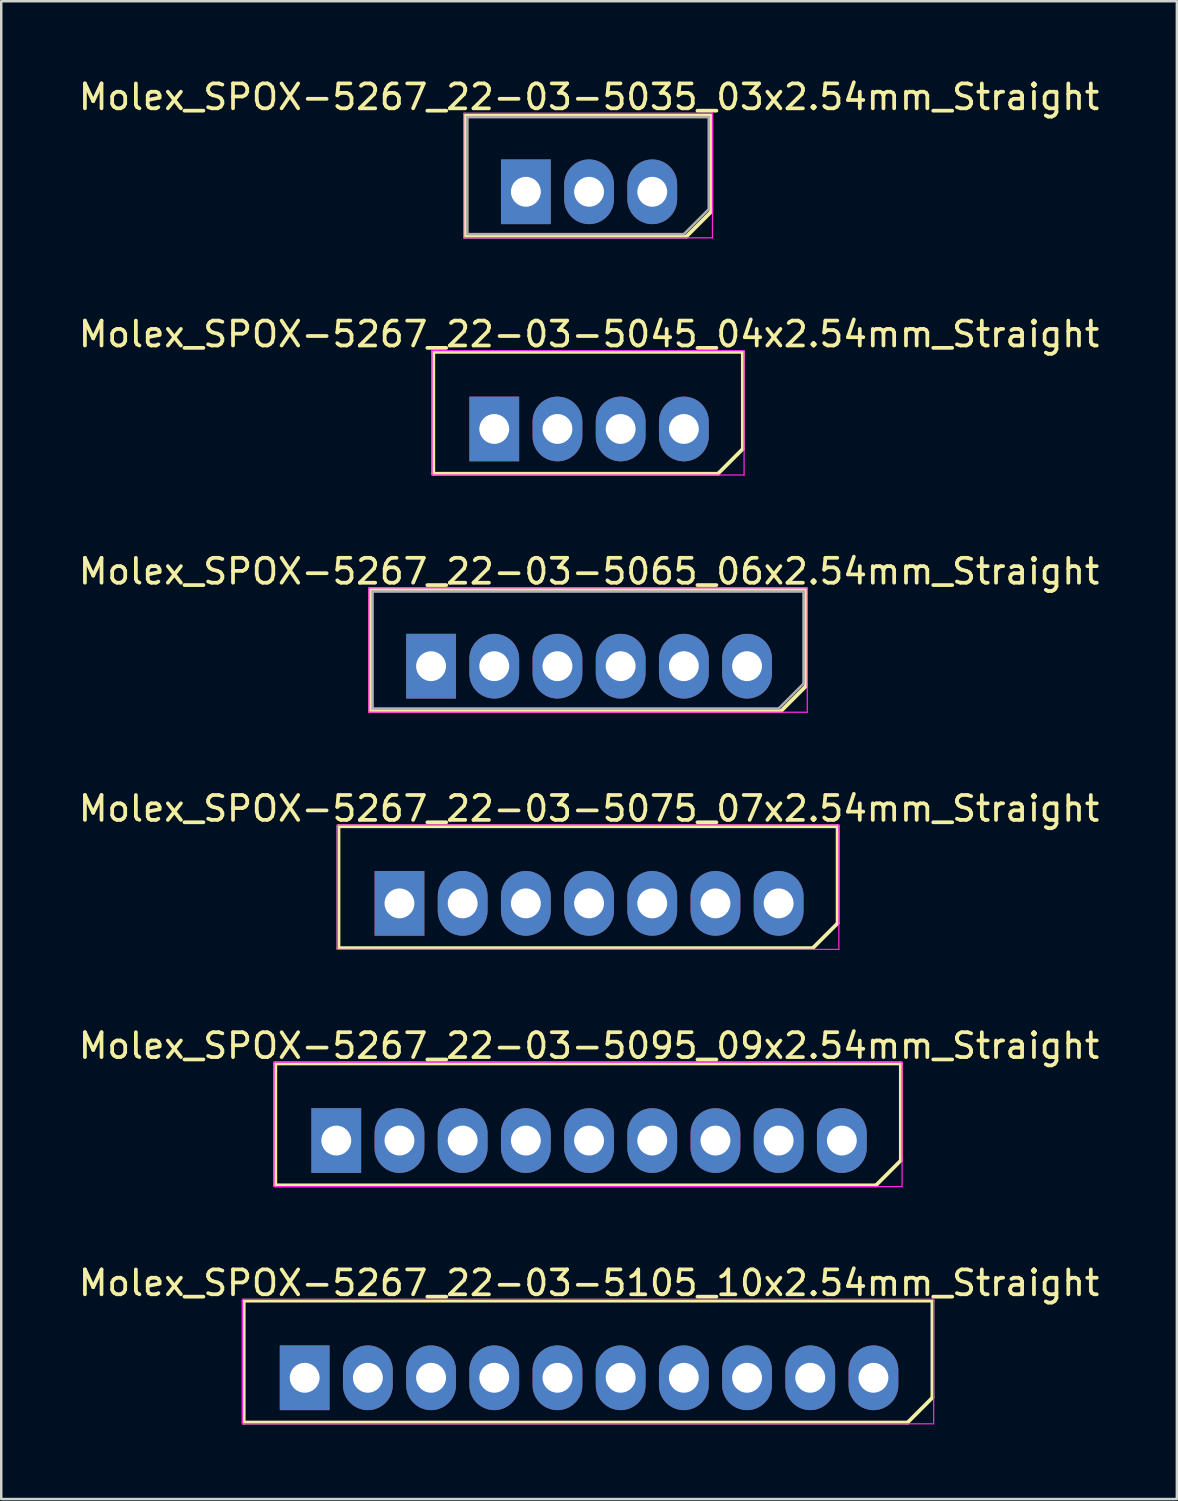
<source format=kicad_pcb>
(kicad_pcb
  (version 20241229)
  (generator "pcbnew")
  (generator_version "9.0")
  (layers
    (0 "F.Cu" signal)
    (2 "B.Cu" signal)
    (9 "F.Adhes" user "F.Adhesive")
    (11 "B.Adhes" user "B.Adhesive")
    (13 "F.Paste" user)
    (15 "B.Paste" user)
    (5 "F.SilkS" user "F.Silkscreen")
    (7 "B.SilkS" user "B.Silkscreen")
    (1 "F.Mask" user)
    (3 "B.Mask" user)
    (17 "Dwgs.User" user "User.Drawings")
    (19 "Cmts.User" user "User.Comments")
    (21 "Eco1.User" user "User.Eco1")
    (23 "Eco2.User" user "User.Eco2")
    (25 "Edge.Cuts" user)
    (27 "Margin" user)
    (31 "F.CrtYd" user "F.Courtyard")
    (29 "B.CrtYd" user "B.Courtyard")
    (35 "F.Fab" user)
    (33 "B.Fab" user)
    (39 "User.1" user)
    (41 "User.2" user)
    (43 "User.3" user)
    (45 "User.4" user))
  (footprint "Molex_SPOX-5267_22-03-5035_03x2.54mm_Straight"
    (layer "F.Cu")
    (at 18.085 4.658)
    (property "Reference" "Molex_SPOX-5267_22-03-5035_03x2.54mm_Straight" (at 2.54 -3.81 0) (layer "F.SilkS") (effects (font (size 1 1) (thickness 0.15))))
    (attr through_hole)
    (fp_line (start -2.45 -3.1) (end -2.45 1.8) (stroke (width 0.15) (type solid)) (layer "F.SilkS"))
    (fp_line (start -2.45 1.8) (end 6.45 1.8) (stroke (width 0.15) (type solid)) (layer "F.SilkS"))
    (fp_line (start 6.45 1.8) (end 7.45 0.8) (stroke (width 0.15) (type solid)) (layer "F.SilkS"))
    (fp_line (start 7.45 -3.1) (end -2.45 -3.1) (stroke (width 0.15) (type solid)) (layer "F.SilkS"))
    (fp_line (start 7.45 0.8) (end 7.45 -3.1) (stroke (width 0.15) (type solid)) (layer "F.SilkS"))
    (fp_line (start -2.5 -3.15) (end 7.5 -3.15) (stroke (width 0.05) (type solid)) (layer "F.CrtYd"))
    (fp_line (start -2.5 1.85) (end -2.5 -3.15) (stroke (width 0.05) (type solid)) (layer "F.CrtYd"))
    (fp_line (start 7.5 -3.15) (end 7.5 1.85) (stroke (width 0.05) (type solid)) (layer "F.CrtYd"))
    (fp_line (start 7.5 1.85) (end -2.5 1.85) (stroke (width 0.05) (type solid)) (layer "F.CrtYd"))
    (fp_line (start -2.35 -3) (end -2.35 1.7) (stroke (width 0.1) (type solid)) (layer "F.Fab"))
    (fp_line (start -2.35 1.7) (end 6.35 1.7) (stroke (width 0.1) (type solid)) (layer "F.Fab"))
    (fp_line (start 6.35 1.7) (end 7.35 0.7) (stroke (width 0.1) (type solid)) (layer "F.Fab"))
    (fp_line (start 7.35 -3) (end -2.35 -3) (stroke (width 0.1) (type solid)) (layer "F.Fab"))
    (fp_line (start 7.35 0.7) (end 7.35 -3) (stroke (width 0.1) (type solid)) (layer "F.Fab"))
    (pad "1" thru_hole rect (at 0 0) (size 2 2.6) (drill 1.2) (layers "*.Cu" "*.Mask"))
    (pad "2" thru_hole oval (at 2.54 0) (size 2 2.6) (drill 1.2) (layers "*.Cu" "*.Mask"))
    (pad "3" thru_hole oval (at 5.08 0) (size 2 2.6) (drill 1.2) (layers "*.Cu" "*.Mask")))
  (footprint "Molex_SPOX-5267_22-03-5065_06x2.54mm_Straight"
    (layer "F.Cu")
    (at 14.275 23.725)
    (property "Reference" "Molex_SPOX-5267_22-03-5065_06x2.54mm_Straight" (at 6.35 -3.81 0) (layer "F.SilkS") (effects (font (size 1 1) (thickness 0.15))))
    (attr through_hole)
    (fp_line (start -2.45 -3.1) (end -2.45 1.8) (stroke (width 0.15) (type solid)) (layer "F.SilkS"))
    (fp_line (start -2.45 1.8) (end 14.07 1.8) (stroke (width 0.15) (type solid)) (layer "F.SilkS"))
    (fp_line (start 14.07 1.8) (end 15.07 0.8) (stroke (width 0.15) (type solid)) (layer "F.SilkS"))
    (fp_line (start 15.07 -3.1) (end -2.45 -3.1) (stroke (width 0.15) (type solid)) (layer "F.SilkS"))
    (fp_line (start 15.07 0.8) (end 15.07 -3.1) (stroke (width 0.15) (type solid)) (layer "F.SilkS"))
    (fp_line (start -2.5 -3.15) (end 15.12 -3.15) (stroke (width 0.05) (type solid)) (layer "F.CrtYd"))
    (fp_line (start -2.5 1.85) (end -2.5 -3.15) (stroke (width 0.05) (type solid)) (layer "F.CrtYd"))
    (fp_line (start 15.12 -3.15) (end 15.12 1.85) (stroke (width 0.05) (type solid)) (layer "F.CrtYd"))
    (fp_line (start 15.12 1.85) (end -2.5 1.85) (stroke (width 0.05) (type solid)) (layer "F.CrtYd"))
    (fp_line (start -2.35 -3) (end -2.35 1.7) (stroke (width 0.1) (type solid)) (layer "F.Fab"))
    (fp_line (start -2.35 1.7) (end 13.97 1.7) (stroke (width 0.1) (type solid)) (layer "F.Fab"))
    (fp_line (start 13.97 1.7) (end 14.97 0.7) (stroke (width 0.1) (type solid)) (layer "F.Fab"))
    (fp_line (start 14.97 -3) (end -2.35 -3) (stroke (width 0.1) (type solid)) (layer "F.Fab"))
    (fp_line (start 14.97 0.7) (end 14.97 -3) (stroke (width 0.1) (type solid)) (layer "F.Fab"))
    (pad "1" thru_hole rect (at 0 0) (size 2 2.6) (drill 1.2) (layers "*.Cu" "*.Mask"))
    (pad "2" thru_hole oval (at 2.54 0) (size 2 2.6) (drill 1.2) (layers "*.Cu" "*.Mask"))
    (pad "3" thru_hole oval (at 5.08 0) (size 2 2.6) (drill 1.2) (layers "*.Cu" "*.Mask"))
    (pad "4" thru_hole oval (at 7.62 0) (size 2 2.6) (drill 1.2) (layers "*.Cu" "*.Mask"))
    (pad "5" thru_hole oval (at 10.16 0) (size 2 2.6) (drill 1.2) (layers "*.Cu" "*.Mask"))
    (pad "6" thru_hole oval (at 12.7 0) (size 2 2.6) (drill 1.2) (layers "*.Cu" "*.Mask")))
  (footprint "Molex_SPOX-5267_22-03-5075_07x2.54mm_Straight"
    (layer "F.Cu")
    (at 13.005 33.258)
    (property "Reference" "Molex_SPOX-5267_22-03-5075_07x2.54mm_Straight" (at 7.62 -3.81 0) (layer "F.SilkS") (effects (font (size 1 1) (thickness 0.15))))
    (attr through_hole)
    (fp_line (start -2.45 -3.1) (end -2.45 1.8) (stroke (width 0.15) (type solid)) (layer "F.SilkS"))
    (fp_line (start -2.45 1.8) (end 16.61 1.8) (stroke (width 0.15) (type solid)) (layer "F.SilkS"))
    (fp_line (start 16.61 1.8) (end 17.61 0.8) (stroke (width 0.15) (type solid)) (layer "F.SilkS"))
    (fp_line (start 17.61 -3.1) (end -2.45 -3.1) (stroke (width 0.15) (type solid)) (layer "F.SilkS"))
    (fp_line (start 17.61 0.8) (end 17.61 -3.1) (stroke (width 0.15) (type solid)) (layer "F.SilkS"))
    (fp_line (start -2.5 -3.15) (end 17.66 -3.15) (stroke (width 0.05) (type solid)) (layer "F.CrtYd"))
    (fp_line (start -2.5 1.85) (end -2.5 -3.15) (stroke (width 0.05) (type solid)) (layer "F.CrtYd"))
    (fp_line (start 17.66 -3.15) (end 17.66 1.85) (stroke (width 0.05) (type solid)) (layer "F.CrtYd"))
    (fp_line (start 17.66 1.85) (end -2.5 1.85) (stroke (width 0.05) (type solid)) (layer "F.CrtYd"))
    (pad "1" thru_hole rect (at 0 0) (size 2 2.6) (drill 1.2) (layers "*.Cu" "*.Mask"))
    (pad "2" thru_hole oval (at 2.54 0) (size 2 2.6) (drill 1.2) (layers "*.Cu" "*.Mask"))
    (pad "3" thru_hole oval (at 5.08 0) (size 2 2.6) (drill 1.2) (layers "*.Cu" "*.Mask"))
    (pad "4" thru_hole oval (at 7.62 0) (size 2 2.6) (drill 1.2) (layers "*.Cu" "*.Mask"))
    (pad "5" thru_hole oval (at 10.16 0) (size 2 2.6) (drill 1.2) (layers "*.Cu" "*.Mask"))
    (pad "6" thru_hole oval (at 12.7 0) (size 2 2.6) (drill 1.2) (layers "*.Cu" "*.Mask"))
    (pad "7" thru_hole oval (at 15.24 0) (size 2 2.6) (drill 1.2) (layers "*.Cu" "*.Mask")))
  (footprint "Molex_SPOX-5267_22-03-5105_10x2.54mm_Straight"
    (layer "F.Cu")
    (at 9.195 52.325)
    (property "Reference" "Molex_SPOX-5267_22-03-5105_10x2.54mm_Straight" (at 11.43 -3.81 0) (layer "F.SilkS") (effects (font (size 1 1) (thickness 0.15))))
    (attr through_hole)
    (fp_line (start -2.45 -3.1) (end -2.45 1.8) (stroke (width 0.15) (type solid)) (layer "F.SilkS"))
    (fp_line (start -2.45 1.8) (end 24.23 1.8) (stroke (width 0.15) (type solid)) (layer "F.SilkS"))
    (fp_line (start 24.23 1.8) (end 25.23 0.8) (stroke (width 0.15) (type solid)) (layer "F.SilkS"))
    (fp_line (start 25.23 -3.1) (end -2.45 -3.1) (stroke (width 0.15) (type solid)) (layer "F.SilkS"))
    (fp_line (start 25.23 0.8) (end 25.23 -3.1) (stroke (width 0.15) (type solid)) (layer "F.SilkS"))
    (fp_line (start -2.5 -3.15) (end 25.28 -3.15) (stroke (width 0.05) (type solid)) (layer "F.CrtYd"))
    (fp_line (start -2.5 1.85) (end -2.5 -3.15) (stroke (width 0.05) (type solid)) (layer "F.CrtYd"))
    (fp_line (start 25.28 -3.15) (end 25.28 1.85) (stroke (width 0.05) (type solid)) (layer "F.CrtYd"))
    (fp_line (start 25.28 1.85) (end -2.5 1.85) (stroke (width 0.05) (type solid)) (layer "F.CrtYd"))
    (pad "1" thru_hole rect (at 0 0) (size 2 2.6) (drill 1.2) (layers "*.Cu" "*.Mask"))
    (pad "2" thru_hole oval (at 2.54 0) (size 2 2.6) (drill 1.2) (layers "*.Cu" "*.Mask"))
    (pad "3" thru_hole oval (at 5.08 0) (size 2 2.6) (drill 1.2) (layers "*.Cu" "*.Mask"))
    (pad "4" thru_hole oval (at 7.62 0) (size 2 2.6) (drill 1.2) (layers "*.Cu" "*.Mask"))
    (pad "5" thru_hole oval (at 10.16 0) (size 2 2.6) (drill 1.2) (layers "*.Cu" "*.Mask"))
    (pad "6" thru_hole oval (at 12.7 0) (size 2 2.6) (drill 1.2) (layers "*.Cu" "*.Mask"))
    (pad "7" thru_hole oval (at 15.24 0) (size 2 2.6) (drill 1.2) (layers "*.Cu" "*.Mask"))
    (pad "8" thru_hole oval (at 17.78 0) (size 2 2.6) (drill 1.2) (layers "*.Cu" "*.Mask"))
    (pad "9" thru_hole oval (at 20.32 0) (size 2 2.6) (drill 1.2) (layers "*.Cu" "*.Mask"))
    (pad "10" thru_hole oval (at 22.86 0) (size 2 2.6) (drill 1.2) (layers "*.Cu" "*.Mask")))
  (footprint "Molex_SPOX-5267_22-03-5045_04x2.54mm_Straight"
    (layer "F.Cu")
    (at 16.815 14.191)
    (property "Reference" "Molex_SPOX-5267_22-03-5045_04x2.54mm_Straight" (at 3.81 -3.81 0) (layer "F.SilkS") (effects (font (size 1 1) (thickness 0.15))))
    (attr through_hole)
    (fp_line (start -2.45 -3.1) (end -2.45 1.8) (stroke (width 0.15) (type solid)) (layer "F.SilkS"))
    (fp_line (start -2.45 1.8) (end 8.99 1.8) (stroke (width 0.15) (type solid)) (layer "F.SilkS"))
    (fp_line (start 8.99 1.8) (end 9.99 0.8) (stroke (width 0.15) (type solid)) (layer "F.SilkS"))
    (fp_line (start 9.99 -3.1) (end -2.45 -3.1) (stroke (width 0.15) (type solid)) (layer "F.SilkS"))
    (fp_line (start 9.99 0.8) (end 9.99 -3.1) (stroke (width 0.15) (type solid)) (layer "F.SilkS"))
    (fp_line (start -2.5 -3.15) (end 10.04 -3.15) (stroke (width 0.05) (type solid)) (layer "F.CrtYd"))
    (fp_line (start -2.5 1.85) (end -2.5 -3.15) (stroke (width 0.05) (type solid)) (layer "F.CrtYd"))
    (fp_line (start 10.04 -3.15) (end 10.04 1.85) (stroke (width 0.05) (type solid)) (layer "F.CrtYd"))
    (fp_line (start 10.04 1.85) (end -2.5 1.85) (stroke (width 0.05) (type solid)) (layer "F.CrtYd"))
    (pad "1" thru_hole rect (at 0 0) (size 2 2.6) (drill 1.2) (layers "*.Cu" "*.Mask"))
    (pad "2" thru_hole oval (at 2.54 0) (size 2 2.6) (drill 1.2) (layers "*.Cu" "*.Mask"))
    (pad "3" thru_hole oval (at 5.08 0) (size 2 2.6) (drill 1.2) (layers "*.Cu" "*.Mask"))
    (pad "4" thru_hole oval (at 7.62 0) (size 2 2.6) (drill 1.2) (layers "*.Cu" "*.Mask")))
  (footprint "Molex_SPOX-5267_22-03-5095_09x2.54mm_Straight"
    (layer "F.Cu")
    (at 10.465 42.791)
    (property "Reference" "Molex_SPOX-5267_22-03-5095_09x2.54mm_Straight" (at 10.16 -3.81 0) (layer "F.SilkS") (effects (font (size 1 1) (thickness 0.15))))
    (attr through_hole)
    (fp_line (start -2.45 -3.1) (end -2.45 1.8) (stroke (width 0.15) (type solid)) (layer "F.SilkS"))
    (fp_line (start -2.45 1.8) (end 21.69 1.8) (stroke (width 0.15) (type solid)) (layer "F.SilkS"))
    (fp_line (start 21.69 1.8) (end 22.69 0.8) (stroke (width 0.15) (type solid)) (layer "F.SilkS"))
    (fp_line (start 22.69 -3.1) (end -2.45 -3.1) (stroke (width 0.15) (type solid)) (layer "F.SilkS"))
    (fp_line (start 22.69 0.8) (end 22.69 -3.1) (stroke (width 0.15) (type solid)) (layer "F.SilkS"))
    (fp_line (start -2.5 -3.15) (end 22.74 -3.15) (stroke (width 0.05) (type solid)) (layer "F.CrtYd"))
    (fp_line (start -2.5 1.85) (end -2.5 -3.15) (stroke (width 0.05) (type solid)) (layer "F.CrtYd"))
    (fp_line (start 22.74 -3.15) (end 22.74 1.85) (stroke (width 0.05) (type solid)) (layer "F.CrtYd"))
    (fp_line (start 22.74 1.85) (end -2.5 1.85) (stroke (width 0.05) (type solid)) (layer "F.CrtYd"))
    (pad "1" thru_hole rect (at 0 0) (size 2 2.6) (drill 1.2) (layers "*.Cu" "*.Mask"))
    (pad "2" thru_hole oval (at 2.54 0) (size 2 2.6) (drill 1.2) (layers "*.Cu" "*.Mask"))
    (pad "3" thru_hole oval (at 5.08 0) (size 2 2.6) (drill 1.2) (layers "*.Cu" "*.Mask"))
    (pad "4" thru_hole oval (at 7.62 0) (size 2 2.6) (drill 1.2) (layers "*.Cu" "*.Mask"))
    (pad "5" thru_hole oval (at 10.16 0) (size 2 2.6) (drill 1.2) (layers "*.Cu" "*.Mask"))
    (pad "6" thru_hole oval (at 12.7 0) (size 2 2.6) (drill 1.2) (layers "*.Cu" "*.Mask"))
    (pad "7" thru_hole oval (at 15.24 0) (size 2 2.6) (drill 1.2) (layers "*.Cu" "*.Mask"))
    (pad "8" thru_hole oval (at 17.78 0) (size 2 2.6) (drill 1.2) (layers "*.Cu" "*.Mask"))
    (pad "9" thru_hole oval (at 20.32 0) (size 2 2.6) (drill 1.2) (layers "*.Cu" "*.Mask")))
  (gr_rect
    (start -3 -3)
    (end 44.25 57.2)
    (stroke (width 0.1) (type default))
    (fill no)
    (layer "Edge.Cuts")))
</source>
